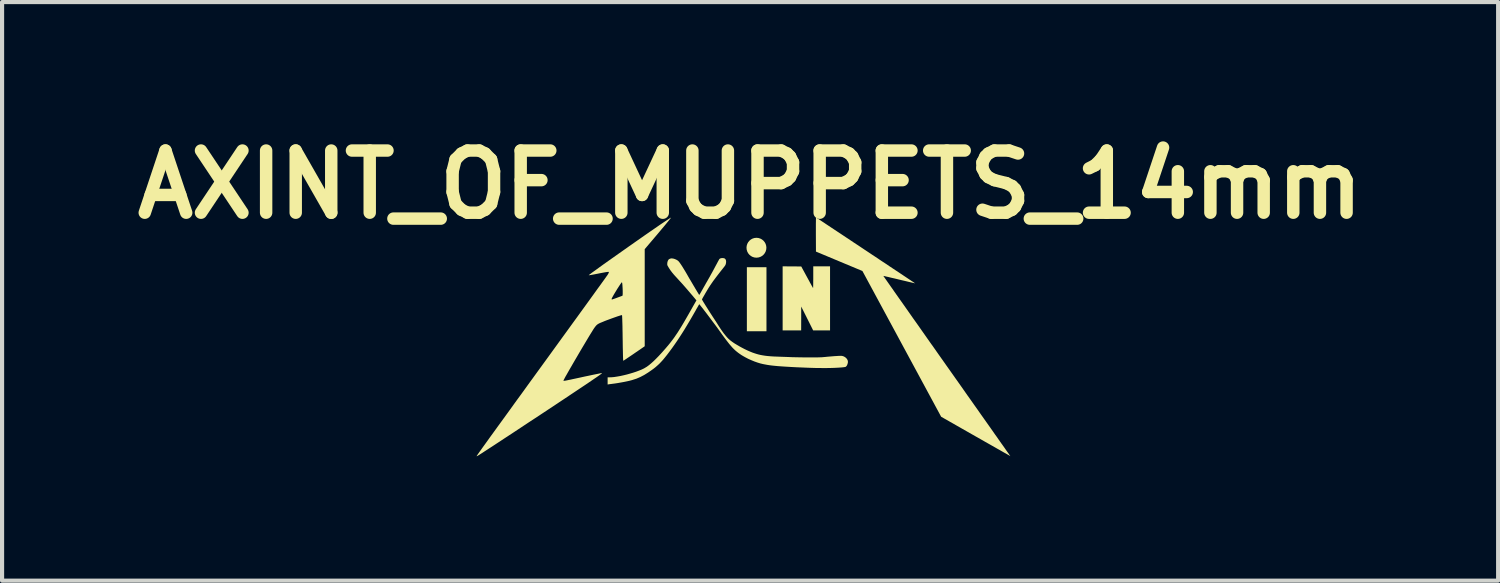
<source format=kicad_pcb>
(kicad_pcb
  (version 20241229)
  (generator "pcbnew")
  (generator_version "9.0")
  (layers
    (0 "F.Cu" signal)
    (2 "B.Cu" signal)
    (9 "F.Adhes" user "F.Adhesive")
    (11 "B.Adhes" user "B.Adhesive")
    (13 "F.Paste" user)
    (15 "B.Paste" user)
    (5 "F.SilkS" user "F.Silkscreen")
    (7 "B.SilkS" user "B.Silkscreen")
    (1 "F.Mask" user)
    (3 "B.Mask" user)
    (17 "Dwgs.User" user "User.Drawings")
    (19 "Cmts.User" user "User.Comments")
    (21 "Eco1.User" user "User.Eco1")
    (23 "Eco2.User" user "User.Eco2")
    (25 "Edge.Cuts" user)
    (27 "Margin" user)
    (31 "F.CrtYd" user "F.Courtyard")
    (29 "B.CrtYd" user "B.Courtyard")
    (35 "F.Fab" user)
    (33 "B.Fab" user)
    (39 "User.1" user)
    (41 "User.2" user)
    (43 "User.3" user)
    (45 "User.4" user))
  (footprint "AXINT_OF_MUPPETS_14mm"
    (layer "F.Cu")
    (at 14.847 5.265)
    (property "Reference" "AXINT_OF_MUPPETS_14mm" (at 0.203 -3.861 0) (layer "F.SilkS") (effects (font (size 1.5 1.5) (thickness 0.3))))
    (attr board_only exclude_from_pos_files exclude_from_bom)
    (fp_circle (center 0.356 -2.337) (end 0.536 -2.337) (stroke (width 0.12) (type solid)) (fill yes) (layer "F.SilkS"))
    (fp_poly (pts (xy 0.598 -1.095) (xy 0.598 -0.322) (xy 0.361 -0.322) (xy 0.125 -0.322) (xy 0.125 -1.095) (xy 0.125 -1.867) (xy 0.361 -1.867) (xy 0.598 -1.867)) (stroke (width 0) (type solid)) (fill yes) (layer "F.SilkS"))
    (fp_poly (pts (xy 1.212 -1.887) (xy 1.437 -1.885) (xy 1.577 -1.628) (xy 1.603 -1.58) (xy 1.628 -1.535) (xy 1.65 -1.493) (xy 1.671 -1.456) (xy 1.688 -1.424) (xy 1.703 -1.399) (xy 1.713 -1.38) (xy 1.72 -1.368) (xy 1.722 -1.365) (xy 1.723 -1.369) (xy 1.724 -1.383) (xy 1.725 -1.406) (xy 1.725 -1.438) (xy 1.726 -1.478) (xy 1.726 -1.526) (xy 1.727 -1.581) (xy 1.727 -1.624) (xy 1.727 -1.888) (xy 1.929 -1.888) (xy 2.132 -1.888) (xy 2.132 -1.116) (xy 2.132 -0.343) (xy 1.928 -0.343) (xy 1.724 -0.343) (xy 1.58 -0.631) (xy 1.436 -0.918) (xy 1.436 -0.631) (xy 1.435 -0.343) (xy 1.212 -0.343) (xy 0.988 -0.343) (xy 0.988 -1.116) (xy 0.988 -1.888)) (stroke (width 0) (type solid)) (fill yes) (layer "F.SilkS"))
    (fp_poly (pts (xy 1.799 -3.065) (xy 1.812 -3.056) (xy 1.832 -3.042) (xy 1.861 -3.024) (xy 1.896 -3.001) (xy 1.937 -2.973) (xy 1.985 -2.942) (xy 2.038 -2.906) (xy 2.097 -2.867) (xy 2.16 -2.825) (xy 2.228 -2.78) (xy 2.299 -2.733) (xy 2.375 -2.683) (xy 2.453 -2.631) (xy 2.534 -2.577) (xy 2.617 -2.522) (xy 2.702 -2.465) (xy 2.789 -2.408) (xy 2.876 -2.35) (xy 2.964 -2.291) (xy 3.052 -2.233) (xy 3.14 -2.174) (xy 3.227 -2.117) (xy 3.313 -2.059) (xy 3.397 -2.003) (xy 3.48 -1.949) (xy 3.559 -1.895) (xy 3.636 -1.844) (xy 3.71 -1.795) (xy 3.78 -1.749) (xy 3.846 -1.705) (xy 3.907 -1.664) (xy 3.964 -1.626) (xy 4.015 -1.592) (xy 4.06 -1.562) (xy 4.099 -1.536) (xy 4.131 -1.515) (xy 4.156 -1.498) (xy 4.173 -1.486) (xy 4.183 -1.48) (xy 4.185 -1.478) (xy 4.179 -1.479) (xy 4.165 -1.483) (xy 4.142 -1.488) (xy 4.111 -1.495) (xy 4.073 -1.504) (xy 4.029 -1.514) (xy 3.98 -1.526) (xy 3.926 -1.539) (xy 3.868 -1.552) (xy 3.807 -1.567) (xy 3.802 -1.568) (xy 3.741 -1.583) (xy 3.683 -1.597) (xy 3.628 -1.609) (xy 3.578 -1.621) (xy 3.534 -1.632) (xy 3.495 -1.64) (xy 3.464 -1.648) (xy 3.44 -1.653) (xy 3.425 -1.656) (xy 3.419 -1.657) (xy 3.419 -1.657) (xy 3.421 -1.653) (xy 3.43 -1.64) (xy 3.444 -1.62) (xy 3.464 -1.591) (xy 3.489 -1.556) (xy 3.519 -1.513) (xy 3.554 -1.463) (xy 3.594 -1.406) (xy 3.639 -1.343) (xy 3.687 -1.273) (xy 3.74 -1.198) (xy 3.797 -1.117) (xy 3.858 -1.031) (xy 3.923 -0.939) (xy 3.991 -0.842) (xy 4.062 -0.741) (xy 4.136 -0.635) (xy 4.214 -0.526) (xy 4.294 -0.412) (xy 4.377 -0.294) (xy 4.462 -0.173) (xy 4.549 -0.049) (xy 4.639 0.077) (xy 4.73 0.207) (xy 4.823 0.339) (xy 4.918 0.473) (xy 4.918 0.474) (xy 5.035 0.639) (xy 5.145 0.795) (xy 5.25 0.943) (xy 5.349 1.084) (xy 5.442 1.217) (xy 5.531 1.342) (xy 5.614 1.46) (xy 5.693 1.571) (xy 5.766 1.676) (xy 5.835 1.773) (xy 5.9 1.865) (xy 5.96 1.95) (xy 6.016 2.029) (xy 6.068 2.103) (xy 6.115 2.171) (xy 6.16 2.233) (xy 6.2 2.291) (xy 6.237 2.344) (xy 6.271 2.392) (xy 6.302 2.435) (xy 6.33 2.474) (xy 6.354 2.509) (xy 6.376 2.541) (xy 6.396 2.569) (xy 6.413 2.593) (xy 6.428 2.614) (xy 6.441 2.632) (xy 6.451 2.647) (xy 6.46 2.66) (xy 6.468 2.671) (xy 6.474 2.679) (xy 6.478 2.685) (xy 6.481 2.69) (xy 6.483 2.693) (xy 6.485 2.695) (xy 6.485 2.696) (xy 6.485 2.696) (xy 6.484 2.695) (xy 6.483 2.694) (xy 6.482 2.692) (xy 6.481 2.691) (xy 6.48 2.69) (xy 6.479 2.689) (xy 6.479 2.689) (xy 6.474 2.686) (xy 6.461 2.679) (xy 6.44 2.666) (xy 6.411 2.65) (xy 6.375 2.629) (xy 6.331 2.605) (xy 6.282 2.577) (xy 6.227 2.545) (xy 6.166 2.511) (xy 6.1 2.473) (xy 6.029 2.433) (xy 5.955 2.391) (xy 5.877 2.347) (xy 5.795 2.3) (xy 5.711 2.252) (xy 5.645 2.215) (xy 4.813 1.741) (xy 3.863 -0.017) (xy 2.913 -1.776) (xy 2.352 -2.01) (xy 1.792 -2.244) (xy 1.79 -2.657) (xy 1.79 -2.733) (xy 1.79 -2.803) (xy 1.79 -2.865) (xy 1.79 -2.92) (xy 1.791 -2.967) (xy 1.791 -3.006) (xy 1.792 -3.035) (xy 1.792 -3.056) (xy 1.793 -3.066) (xy 1.794 -3.068)) (stroke (width 0) (type solid)) (fill yes) (layer "F.SilkS"))
    (fp_poly (pts (xy -1.708 -3.062) (xy -1.71 -3.057) (xy -1.719 -3.044) (xy -1.735 -3.023) (xy -1.757 -2.995) (xy -1.787 -2.959) (xy -1.823 -2.915) (xy -1.865 -2.864) (xy -1.915 -2.805) (xy -1.971 -2.738) (xy -2.033 -2.664) (xy -2.102 -2.583) (xy -2.175 -2.497) (xy -2.34 -2.303) (xy -2.34 -1.132) (xy -2.34 0.04) (xy -2.479 0.136) (xy -2.547 0.182) (xy -2.609 0.225) (xy -2.665 0.263) (xy -2.714 0.296) (xy -2.757 0.325) (xy -2.792 0.349) (xy -2.82 0.367) (xy -2.84 0.381) (xy -2.852 0.388) (xy -2.855 0.39) (xy -2.857 0.388) (xy -2.858 0.383) (xy -2.86 0.374) (xy -2.861 0.36) (xy -2.862 0.341) (xy -2.863 0.316) (xy -2.864 0.285) (xy -2.865 0.247) (xy -2.866 0.201) (xy -2.867 0.147) (xy -2.869 0.084) (xy -2.87 0.013) (xy -2.871 -0.069) (xy -2.871 -0.073) (xy -2.873 -0.181) (xy -2.874 -0.279) (xy -2.876 -0.367) (xy -2.877 -0.445) (xy -2.879 -0.514) (xy -2.881 -0.572) (xy -2.882 -0.62) (xy -2.884 -0.658) (xy -2.885 -0.686) (xy -2.887 -0.704) (xy -2.888 -0.711) (xy -2.888 -0.711) (xy -2.895 -0.711) (xy -2.91 -0.708) (xy -2.933 -0.701) (xy -2.962 -0.692) (xy -2.997 -0.681) (xy -3.036 -0.667) (xy -3.079 -0.652) (xy -3.124 -0.636) (xy -3.17 -0.619) (xy -3.216 -0.602) (xy -3.262 -0.585) (xy -3.306 -0.568) (xy -3.346 -0.551) (xy -3.383 -0.536) (xy -3.415 -0.523) (xy -3.44 -0.511) (xy -3.448 -0.507) (xy -3.462 -0.499) (xy -3.476 -0.49) (xy -3.49 -0.48) (xy -3.504 -0.467) (xy -3.519 -0.451) (xy -3.534 -0.432) (xy -3.552 -0.408) (xy -3.572 -0.379) (xy -3.594 -0.344) (xy -3.62 -0.302) (xy -3.65 -0.254) (xy -3.684 -0.198) (xy -3.71 -0.155) (xy -3.755 -0.079) (xy -3.801 -0.002) (xy -3.847 0.075) (xy -3.892 0.151) (xy -3.936 0.226) (xy -3.979 0.3) (xy -4.021 0.371) (xy -4.061 0.44) (xy -4.099 0.506) (xy -4.135 0.568) (xy -4.168 0.625) (xy -4.198 0.678) (xy -4.225 0.726) (xy -4.249 0.767) (xy -4.268 0.802) (xy -4.283 0.831) (xy -4.294 0.851) (xy -4.3 0.864) (xy -4.301 0.868) (xy -4.3 0.87) (xy -4.299 0.872) (xy -4.295 0.873) (xy -4.289 0.874) (xy -4.28 0.873) (xy -4.266 0.872) (xy -4.249 0.869) (xy -4.227 0.865) (xy -4.198 0.859) (xy -4.164 0.852) (xy -4.123 0.844) (xy -4.075 0.833) (xy -4.018 0.821) (xy -3.953 0.807) (xy -3.878 0.791) (xy -3.843 0.783) (xy -3.774 0.768) (xy -3.706 0.754) (xy -3.641 0.74) (xy -3.58 0.727) (xy -3.524 0.716) (xy -3.474 0.706) (xy -3.432 0.697) (xy -3.398 0.691) (xy -3.388 0.689) (xy -3.375 0.687) (xy -3.371 0.688) (xy -3.374 0.692) (xy -3.377 0.696) (xy -3.386 0.704) (xy -3.403 0.717) (xy -3.429 0.736) (xy -3.464 0.761) (xy -3.507 0.791) (xy -3.559 0.826) (xy -3.619 0.867) (xy -3.688 0.914) (xy -3.765 0.966) (xy -3.851 1.023) (xy -3.945 1.086) (xy -4.047 1.154) (xy -4.158 1.228) (xy -4.276 1.307) (xy -4.403 1.391) (xy -4.538 1.481) (xy -4.682 1.576) (xy -4.833 1.676) (xy -4.992 1.781) (xy -5.16 1.891) (xy -5.335 2.007) (xy -5.518 2.128) (xy -5.625 2.198) (xy -5.726 2.264) (xy -5.818 2.325) (xy -5.902 2.38) (xy -5.978 2.43) (xy -6.047 2.475) (xy -6.109 2.515) (xy -6.164 2.551) (xy -6.212 2.582) (xy -6.253 2.609) (xy -6.289 2.632) (xy -6.319 2.651) (xy -6.343 2.666) (xy -6.362 2.678) (xy -6.377 2.686) (xy -6.387 2.691) (xy -6.392 2.694) (xy -6.393 2.694) (xy -6.395 2.69) (xy -6.394 2.687) (xy -6.39 2.681) (xy -6.385 2.673) (xy -6.377 2.662) (xy -6.368 2.648) (xy -6.356 2.631) (xy -6.342 2.611) (xy -6.326 2.588) (xy -6.306 2.561) (xy -6.284 2.53) (xy -6.259 2.494) (xy -6.231 2.455) (xy -6.199 2.411) (xy -6.164 2.362) (xy -6.125 2.308) (xy -6.083 2.249) (xy -6.036 2.184) (xy -5.985 2.114) (xy -5.93 2.038) (xy -5.87 1.955) (xy -5.806 1.867) (xy -5.737 1.772) (xy -5.663 1.67) (xy -5.584 1.561) (xy -5.5 1.444) (xy -5.411 1.321) (xy -5.315 1.19) (xy -5.214 1.05) (xy -5.108 0.903) (xy -5.064 0.843) (xy -4.919 0.643) (xy -4.781 0.453) (xy -4.648 0.27) (xy -4.522 0.096) (xy -4.402 -0.07) (xy -4.288 -0.227) (xy -4.179 -0.377) (xy -4.077 -0.518) (xy -3.98 -0.651) (xy -3.89 -0.776) (xy -3.805 -0.893) (xy -3.726 -1.002) (xy -3.656 -1.099) (xy -3.139 -1.099) (xy -3.138 -1.092) (xy -3.133 -1.089) (xy -3.125 -1.089) (xy -3.122 -1.09) (xy -3.113 -1.093) (xy -3.096 -1.099) (xy -3.072 -1.107) (xy -3.044 -1.117) (xy -3.012 -1.129) (xy -2.996 -1.135) (xy -2.963 -1.147) (xy -2.934 -1.158) (xy -2.909 -1.167) (xy -2.891 -1.174) (xy -2.88 -1.178) (xy -2.877 -1.179) (xy -2.875 -1.185) (xy -2.873 -1.201) (xy -2.871 -1.224) (xy -2.871 -1.254) (xy -2.871 -1.289) (xy -2.872 -1.328) (xy -2.874 -1.371) (xy -2.876 -1.4) (xy -2.878 -1.437) (xy -2.881 -1.464) (xy -2.883 -1.483) (xy -2.886 -1.495) (xy -2.889 -1.501) (xy -2.893 -1.502) (xy -2.893 -1.502) (xy -2.899 -1.497) (xy -2.909 -1.484) (xy -2.923 -1.464) (xy -2.94 -1.439) (xy -2.96 -1.409) (xy -2.981 -1.376) (xy -3.004 -1.341) (xy -3.026 -1.304) (xy -3.049 -1.267) (xy -3.052 -1.262) (xy -3.079 -1.217) (xy -3.1 -1.18) (xy -3.117 -1.15) (xy -3.128 -1.128) (xy -3.136 -1.111) (xy -3.139 -1.099) (xy -3.656 -1.099) (xy -3.653 -1.103) (xy -3.585 -1.197) (xy -3.524 -1.282) (xy -3.468 -1.36) (xy -3.417 -1.429) (xy -3.373 -1.491) (xy -3.333 -1.546) (xy -3.3 -1.592) (xy -3.272 -1.631) (xy -3.25 -1.663) (xy -3.249 -1.663) (xy -3.228 -1.695) (xy -3.214 -1.72) (xy -3.206 -1.739) (xy -3.206 -1.751) (xy -3.207 -1.753) (xy -3.214 -1.755) (xy -3.23 -1.754) (xy -3.255 -1.751) (xy -3.289 -1.746) (xy -3.333 -1.738) (xy -3.386 -1.728) (xy -3.45 -1.716) (xy -3.461 -1.713) (xy -3.52 -1.702) (xy -3.57 -1.692) (xy -3.61 -1.685) (xy -3.641 -1.679) (xy -3.664 -1.676) (xy -3.68 -1.674) (xy -3.688 -1.674) (xy -3.689 -1.676) (xy -3.683 -1.681) (xy -3.67 -1.692) (xy -3.648 -1.708) (xy -3.62 -1.73) (xy -3.585 -1.755) (xy -3.543 -1.785) (xy -3.496 -1.819) (xy -3.444 -1.857) (xy -3.387 -1.898) (xy -3.326 -1.942) (xy -3.261 -1.988) (xy -3.192 -2.037) (xy -3.121 -2.087) (xy -3.047 -2.139) (xy -2.971 -2.193) (xy -2.894 -2.247) (xy -2.816 -2.302) (xy -2.737 -2.358) (xy -2.658 -2.413) (xy -2.58 -2.468) (xy -2.503 -2.522) (xy -2.427 -2.575) (xy -2.353 -2.627) (xy -2.281 -2.677) (xy -2.212 -2.725) (xy -2.146 -2.77) (xy -2.084 -2.813) (xy -2.026 -2.853) (xy -1.973 -2.89) (xy -1.925 -2.922) (xy -1.882 -2.951) (xy -1.864 -2.963) (xy -1.823 -2.99) (xy -1.79 -3.012) (xy -1.764 -3.029) (xy -1.744 -3.042) (xy -1.729 -3.052) (xy -1.719 -3.058) (xy -1.713 -3.061) (xy -1.709 -3.062)) (stroke (width 0) (type solid)) (fill yes) (layer "F.SilkS"))
    (fp_poly (pts (xy -0.444 -2.087) (xy -0.42 -2.081) (xy -0.411 -2.078) (xy -0.394 -2.063) (xy -0.382 -2.041) (xy -0.376 -2.013) (xy -0.377 -1.981) (xy -0.38 -1.963) (xy -0.383 -1.946) (xy -0.388 -1.932) (xy -0.394 -1.918) (xy -0.403 -1.903) (xy -0.416 -1.885) (xy -0.434 -1.862) (xy -0.452 -1.839) (xy -0.522 -1.751) (xy -0.584 -1.671) (xy -0.64 -1.597) (xy -0.69 -1.53) (xy -0.733 -1.468) (xy -0.767 -1.418) (xy -0.78 -1.397) (xy -0.797 -1.371) (xy -0.815 -1.341) (xy -0.835 -1.308) (xy -0.855 -1.274) (xy -0.876 -1.239) (xy -0.895 -1.205) (xy -0.913 -1.174) (xy -0.93 -1.145) (xy -0.943 -1.122) (xy -0.952 -1.103) (xy -0.958 -1.092) (xy -0.959 -1.09) (xy -0.956 -1.083) (xy -0.948 -1.069) (xy -0.936 -1.048) (xy -0.92 -1.021) (xy -0.9 -0.989) (xy -0.878 -0.953) (xy -0.853 -0.914) (xy -0.827 -0.873) (xy -0.8 -0.83) (xy -0.773 -0.787) (xy -0.746 -0.745) (xy -0.719 -0.704) (xy -0.718 -0.702) (xy -0.692 -0.662) (xy -0.665 -0.621) (xy -0.639 -0.581) (xy -0.614 -0.543) (xy -0.592 -0.509) (xy -0.575 -0.481) (xy -0.57 -0.473) (xy -0.522 -0.399) (xy -0.477 -0.333) (xy -0.436 -0.276) (xy -0.396 -0.226) (xy -0.359 -0.182) (xy -0.323 -0.144) (xy -0.308 -0.13) (xy -0.272 -0.099) (xy -0.228 -0.066) (xy -0.177 -0.031) (xy -0.119 0.004) (xy -0.058 0.04) (xy 0.006 0.075) (xy 0.071 0.109) (xy 0.136 0.14) (xy 0.2 0.168) (xy 0.261 0.193) (xy 0.299 0.206) (xy 0.351 0.223) (xy 0.403 0.238) (xy 0.455 0.25) (xy 0.509 0.26) (xy 0.566 0.269) (xy 0.627 0.276) (xy 0.695 0.282) (xy 0.769 0.287) (xy 0.853 0.29) (xy 0.879 0.291) (xy 0.93 0.293) (xy 0.987 0.295) (xy 1.046 0.297) (xy 1.104 0.299) (xy 1.158 0.301) (xy 1.196 0.303) (xy 1.233 0.304) (xy 1.278 0.305) (xy 1.331 0.306) (xy 1.388 0.307) (xy 1.448 0.308) (xy 1.51 0.309) (xy 1.571 0.309) (xy 1.625 0.309) (xy 1.687 0.309) (xy 1.74 0.309) (xy 1.785 0.309) (xy 1.823 0.309) (xy 1.856 0.308) (xy 1.886 0.307) (xy 1.913 0.306) (xy 1.939 0.305) (xy 1.964 0.303) (xy 1.992 0.3) (xy 2.022 0.298) (xy 2.046 0.295) (xy 2.113 0.289) (xy 2.176 0.284) (xy 2.233 0.279) (xy 2.285 0.276) (xy 2.329 0.273) (xy 2.366 0.272) (xy 2.395 0.271) (xy 2.413 0.272) (xy 2.449 0.28) (xy 2.483 0.296) (xy 2.515 0.319) (xy 2.54 0.347) (xy 2.55 0.365) (xy 2.56 0.388) (xy 2.563 0.41) (xy 2.562 0.434) (xy 2.556 0.46) (xy 2.545 0.492) (xy 2.531 0.516) (xy 2.514 0.533) (xy 2.505 0.538) (xy 2.494 0.541) (xy 2.475 0.544) (xy 2.45 0.547) (xy 2.422 0.55) (xy 2.413 0.551) (xy 2.342 0.556) (xy 2.269 0.56) (xy 2.195 0.563) (xy 2.119 0.565) (xy 2.039 0.566) (xy 1.955 0.566) (xy 1.866 0.565) (xy 1.771 0.564) (xy 1.67 0.561) (xy 1.562 0.557) (xy 1.446 0.552) (xy 1.322 0.547) (xy 1.188 0.54) (xy 1.157 0.538) (xy 1.056 0.532) (xy 0.964 0.526) (xy 0.881 0.52) (xy 0.805 0.513) (xy 0.737 0.506) (xy 0.674 0.498) (xy 0.615 0.489) (xy 0.561 0.479) (xy 0.51 0.469) (xy 0.461 0.457) (xy 0.452 0.455) (xy 0.383 0.434) (xy 0.309 0.408) (xy 0.234 0.377) (xy 0.159 0.344) (xy 0.09 0.308) (xy 0.042 0.281) (xy -0.002 0.255) (xy -0.042 0.228) (xy -0.08 0.201) (xy -0.116 0.173) (xy -0.152 0.143) (xy -0.186 0.111) (xy -0.222 0.075) (xy -0.258 0.034) (xy -0.296 -0.01) (xy -0.336 -0.061) (xy -0.38 -0.118) (xy -0.427 -0.181) (xy -0.479 -0.252) (xy -0.512 -0.299) (xy -0.543 -0.342) (xy -0.576 -0.388) (xy -0.611 -0.436) (xy -0.648 -0.486) (xy -0.686 -0.536) (xy -0.724 -0.587) (xy -0.762 -0.638) (xy -0.799 -0.687) (xy -0.835 -0.735) (xy -0.869 -0.78) (xy -0.902 -0.822) (xy -0.931 -0.861) (xy -0.958 -0.895) (xy -0.981 -0.923) (xy -0.999 -0.946) (xy -1.013 -0.963) (xy -1.022 -0.972) (xy -1.025 -0.974) (xy -1.028 -0.969) (xy -1.036 -0.955) (xy -1.048 -0.935) (xy -1.062 -0.909) (xy -1.08 -0.879) (xy -1.099 -0.845) (xy -1.11 -0.825) (xy -1.182 -0.699) (xy -1.25 -0.582) (xy -1.315 -0.473) (xy -1.377 -0.37) (xy -1.438 -0.273) (xy -1.498 -0.18) (xy -1.557 -0.091) (xy -1.617 -0.004) (xy -1.677 0.081) (xy -1.739 0.165) (xy -1.752 0.182) (xy -1.805 0.252) (xy -1.854 0.313) (xy -1.9 0.369) (xy -1.945 0.418) (xy -1.989 0.464) (xy -2.035 0.506) (xy -2.082 0.547) (xy -2.133 0.587) (xy -2.189 0.627) (xy -2.25 0.669) (xy -2.262 0.677) (xy -2.354 0.734) (xy -2.446 0.782) (xy -2.539 0.822) (xy -2.635 0.853) (xy -2.658 0.86) (xy -2.712 0.874) (xy -2.775 0.888) (xy -2.844 0.902) (xy -2.916 0.915) (xy -2.99 0.928) (xy -3.062 0.939) (xy -3.132 0.948) (xy -3.136 0.949) (xy -3.163 0.952) (xy -3.187 0.955) (xy -3.206 0.958) (xy -3.218 0.96) (xy -3.218 0.96) (xy -3.235 0.963) (xy -3.235 0.877) (xy -3.235 0.79) (xy -3.191 0.79) (xy -3.135 0.788) (xy -3.072 0.782) (xy -3.002 0.771) (xy -2.928 0.758) (xy -2.851 0.741) (xy -2.772 0.722) (xy -2.694 0.7) (xy -2.617 0.677) (xy -2.544 0.653) (xy -2.475 0.627) (xy -2.413 0.602) (xy -2.359 0.576) (xy -2.335 0.562) (xy -2.287 0.533) (xy -2.237 0.496) (xy -2.183 0.451) (xy -2.125 0.399) (xy -2.063 0.338) (xy -1.997 0.27) (xy -1.925 0.192) (xy -1.872 0.132) (xy -1.83 0.084) (xy -1.791 0.038) (xy -1.754 -0.006) (xy -1.719 -0.05) (xy -1.685 -0.094) (xy -1.651 -0.139) (xy -1.618 -0.185) (xy -1.585 -0.234) (xy -1.55 -0.285) (xy -1.515 -0.34) (xy -1.478 -0.399) (xy -1.439 -0.463) (xy -1.398 -0.532) (xy -1.354 -0.608) (xy -1.306 -0.691) (xy -1.254 -0.782) (xy -1.198 -0.881) (xy -1.188 -0.899) (xy -1.092 -1.068) (xy -1.115 -1.094) (xy -1.125 -1.107) (xy -1.14 -1.125) (xy -1.16 -1.148) (xy -1.181 -1.174) (xy -1.204 -1.201) (xy -1.207 -1.204) (xy -1.264 -1.271) (xy -1.324 -1.341) (xy -1.386 -1.412) (xy -1.446 -1.48) (xy -1.504 -1.543) (xy -1.534 -1.576) (xy -1.576 -1.622) (xy -1.612 -1.661) (xy -1.643 -1.696) (xy -1.67 -1.728) (xy -1.693 -1.758) (xy -1.715 -1.787) (xy -1.735 -1.817) (xy -1.756 -1.849) (xy -1.776 -1.883) (xy -1.787 -1.901) (xy -1.793 -1.916) (xy -1.796 -1.93) (xy -1.797 -1.948) (xy -1.796 -1.953) (xy -1.793 -1.987) (xy -1.783 -2.019) (xy -1.769 -2.045) (xy -1.764 -2.051) (xy -1.748 -2.064) (xy -1.725 -2.074) (xy -1.701 -2.079) (xy -1.69 -2.08) (xy -1.654 -2.076) (xy -1.615 -2.065) (xy -1.576 -2.048) (xy -1.54 -2.026) (xy -1.539 -2.025) (xy -1.525 -2.012) (xy -1.507 -1.991) (xy -1.485 -1.961) (xy -1.459 -1.923) (xy -1.429 -1.877) (xy -1.395 -1.821) (xy -1.356 -1.757) (xy -1.313 -1.683) (xy -1.295 -1.651) (xy -1.279 -1.623) (xy -1.26 -1.59) (xy -1.238 -1.554) (xy -1.215 -1.515) (xy -1.191 -1.474) (xy -1.167 -1.433) (xy -1.142 -1.392) (xy -1.119 -1.352) (xy -1.097 -1.316) (xy -1.077 -1.282) (xy -1.059 -1.253) (xy -1.045 -1.23) (xy -1.035 -1.213) (xy -1.029 -1.204) (xy -1.028 -1.203) (xy -1.024 -1.201) (xy -1.018 -1.206) (xy -1.01 -1.217) (xy -0.999 -1.237) (xy -0.996 -1.242) (xy -0.988 -1.256) (xy -0.975 -1.279) (xy -0.959 -1.308) (xy -0.939 -1.342) (xy -0.918 -1.38) (xy -0.895 -1.42) (xy -0.871 -1.462) (xy -0.869 -1.467) (xy -0.831 -1.532) (xy -0.799 -1.589) (xy -0.769 -1.641) (xy -0.743 -1.689) (xy -0.718 -1.733) (xy -0.694 -1.777) (xy -0.671 -1.82) (xy -0.647 -1.865) (xy -0.621 -1.914) (xy -0.611 -1.932) (xy -0.593 -1.965) (xy -0.577 -1.996) (xy -0.562 -2.023) (xy -0.55 -2.044) (xy -0.542 -2.059) (xy -0.537 -2.066) (xy -0.521 -2.077) (xy -0.498 -2.085) (xy -0.471 -2.088)) (stroke (width 0) (type solid)) (fill yes) (layer "F.SilkS")))
  (gr_rect
    (start -3 -3)
    (end 33.1 10.961)
    (stroke (width 0.1) (type default))
    (fill no)
    (layer "Edge.Cuts")))
</source>
